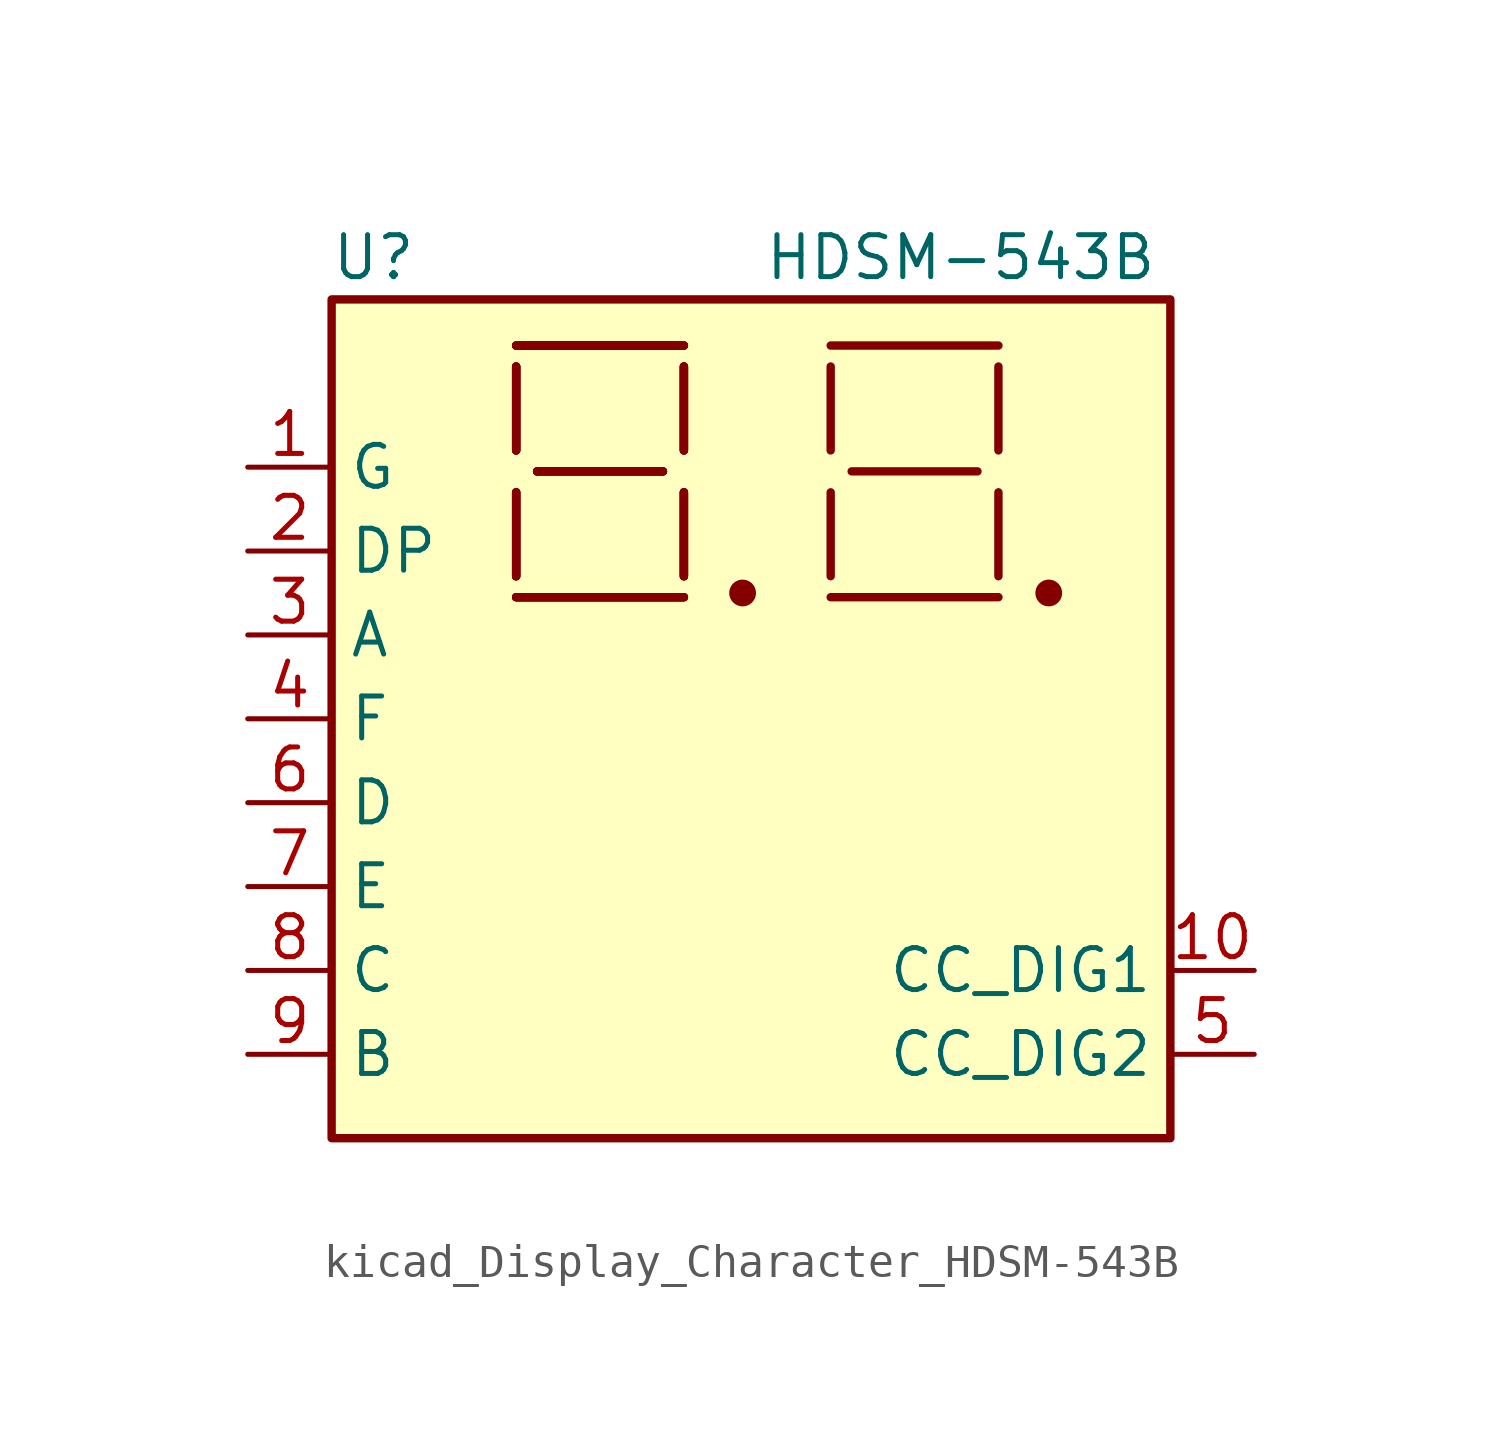
<source format=kicad_sym>
(kicad_symbol_lib
  (version 20220914)
  (generator kicad_symbol_editor)
  (symbol "kicad_Display_Character_HDSM-543B"
    (property "Reference" "U"
      (at -11.43 13.97 0)
      (effects (font (size 1.27 1.27))))
    (property "Value" "HDSM-543B"
      (at 6.35 13.97 0)
      (effects (font (size 1.27 1.27))))
    (symbol "kicad_Display_Character_HDSM-543B_0_1"
      (rectangle (start -12.7 12.7) (end 12.7 -12.7) (stroke (width 0.254) (type default)) (fill (type background)))
      (circle (center -0.254 3.81) (radius 0.279) (stroke (width 0.254) (type default)) (fill (type outline)))
      (polyline (pts (xy -7.112 3.683) (xy -2.032 3.683)) (stroke (width 0.254) (type default)) (fill (type none)))
      (polyline (pts (xy -7.112 3.683) (xy -2.032 3.683)) (stroke (width 0.254) (type default)) (fill (type none)))
      (polyline (pts (xy -7.112 3.683) (xy -2.032 3.683)) (stroke (width 0.254) (type default)) (fill (type none)))
      (polyline (pts (xy -7.112 3.683) (xy -2.032 3.683)) (stroke (width 0.254) (type default)) (fill (type none)))
      (polyline (pts (xy -7.112 4.318) (xy -7.112 6.858)) (stroke (width 0.254) (type default)) (fill (type none)))
      (polyline (pts (xy -7.112 4.318) (xy -7.112 6.858)) (stroke (width 0.254) (type default)) (fill (type none)))
      (polyline (pts (xy -7.112 4.318) (xy -7.112 6.858)) (stroke (width 0.254) (type default)) (fill (type none)))
      (polyline (pts (xy -7.112 4.318) (xy -7.112 6.858)) (stroke (width 0.254) (type default)) (fill (type none)))
      (polyline (pts (xy -7.112 8.128) (xy -7.112 10.668)) (stroke (width 0.254) (type default)) (fill (type none)))
      (polyline (pts (xy -7.112 8.128) (xy -7.112 10.668)) (stroke (width 0.254) (type default)) (fill (type none)))
      (polyline (pts (xy -7.112 8.128) (xy -7.112 10.668)) (stroke (width 0.254) (type default)) (fill (type none)))
      (polyline (pts (xy -7.112 8.128) (xy -7.112 10.668)) (stroke (width 0.254) (type default)) (fill (type none)))
      (polyline (pts (xy -7.112 11.303) (xy -2.032 11.303)) (stroke (width 0.254) (type default)) (fill (type none)))
      (polyline (pts (xy -7.112 11.303) (xy -2.032 11.303)) (stroke (width 0.254) (type default)) (fill (type none)))
      (polyline (pts (xy -7.112 11.303) (xy -2.032 11.303)) (stroke (width 0.254) (type default)) (fill (type none)))
      (polyline (pts (xy -7.112 11.303) (xy -2.032 11.303)) (stroke (width 0.254) (type default)) (fill (type none)))
      (polyline (pts (xy -6.477 7.493) (xy -2.667 7.493)) (stroke (width 0.254) (type default)) (fill (type none)))
      (polyline (pts (xy -6.477 7.493) (xy -2.667 7.493)) (stroke (width 0.254) (type default)) (fill (type none)))
      (polyline (pts (xy -6.477 7.493) (xy -2.667 7.493)) (stroke (width 0.254) (type default)) (fill (type none)))
      (polyline (pts (xy -6.477 7.493) (xy -2.667 7.493)) (stroke (width 0.254) (type default)) (fill (type none)))
      (polyline (pts (xy -2.032 4.318) (xy -2.032 6.858)) (stroke (width 0.254) (type default)) (fill (type none)))
      (polyline (pts (xy -2.032 4.318) (xy -2.032 6.858)) (stroke (width 0.254) (type default)) (fill (type none)))
      (polyline (pts (xy -2.032 4.318) (xy -2.032 6.858)) (stroke (width 0.254) (type default)) (fill (type none)))
      (polyline (pts (xy -2.032 4.318) (xy -2.032 6.858)) (stroke (width 0.254) (type default)) (fill (type none)))
      (polyline (pts (xy -2.032 10.668) (xy -2.032 8.128)) (stroke (width 0.254) (type default)) (fill (type none)))
      (polyline (pts (xy -2.032 10.668) (xy -2.032 8.128)) (stroke (width 0.254) (type default)) (fill (type none)))
      (polyline (pts (xy -2.032 10.668) (xy -2.032 8.128)) (stroke (width 0.254) (type default)) (fill (type none)))
      (polyline (pts (xy -2.032 10.668) (xy -2.032 8.128)) (stroke (width 0.254) (type default)) (fill (type none)))
      (polyline (pts (xy 2.413 3.683) (xy 7.493 3.683)) (stroke (width 0.254) (type default)) (fill (type none)))
      (polyline (pts (xy 2.413 4.318) (xy 2.413 6.858)) (stroke (width 0.254) (type default)) (fill (type none)))
      (polyline (pts (xy 2.413 8.128) (xy 2.413 10.668)) (stroke (width 0.254) (type default)) (fill (type none)))
      (polyline (pts (xy 2.413 11.303) (xy 7.493 11.303)) (stroke (width 0.254) (type default)) (fill (type none)))
      (polyline (pts (xy 3.048 7.493) (xy 6.858 7.493)) (stroke (width 0.254) (type default)) (fill (type none)))
      (polyline (pts (xy 7.493 4.318) (xy 7.493 6.858)) (stroke (width 0.254) (type default)) (fill (type none)))
      (polyline (pts (xy 7.493 8.128) (xy 7.493 10.668)) (stroke (width 0.254) (type default)) (fill (type none)))
      (circle (center 9.017 3.81) (radius 0.279) (stroke (width 0.254) (type default)) (fill (type outline))))
    (symbol "kicad_Display_Character_HDSM-543B_1_1"
      (pin input line (at -15.24 7.62 0) (length 2.54) (name "G" (effects (font (size 1.27 1.27)))) (number "1" (effects (font (size 1.27 1.27)))))
      (pin input line (at 15.24 -7.62 180) (length 2.54) (name "CC_DIG1" (effects (font (size 1.27 1.27)))) (number "10" (effects (font (size 1.27 1.27)))))
      (pin input line (at -15.24 5.08 0) (length 2.54) (name "DP" (effects (font (size 1.27 1.27)))) (number "2" (effects (font (size 1.27 1.27)))))
      (pin input line (at -15.24 2.54 0) (length 2.54) (name "A" (effects (font (size 1.27 1.27)))) (number "3" (effects (font (size 1.27 1.27)))))
      (pin input line (at -15.24 0 0) (length 2.54) (name "F" (effects (font (size 1.27 1.27)))) (number "4" (effects (font (size 1.27 1.27)))))
      (pin input line (at 15.24 -10.16 180) (length 2.54) (name "CC_DIG2" (effects (font (size 1.27 1.27)))) (number "5" (effects (font (size 1.27 1.27)))))
      (pin input line (at -15.24 -2.54 0) (length 2.54) (name "D" (effects (font (size 1.27 1.27)))) (number "6" (effects (font (size 1.27 1.27)))))
      (pin input line (at -15.24 -5.08 0) (length 2.54) (name "E" (effects (font (size 1.27 1.27)))) (number "7" (effects (font (size 1.27 1.27)))))
      (pin input line (at -15.24 -7.62 0) (length 2.54) (name "C" (effects (font (size 1.27 1.27)))) (number "8" (effects (font (size 1.27 1.27)))))
      (pin input line (at -15.24 -10.16 0) (length 2.54) (name "B" (effects (font (size 1.27 1.27)))) (number "9" (effects (font (size 1.27 1.27))))))))
</source>
